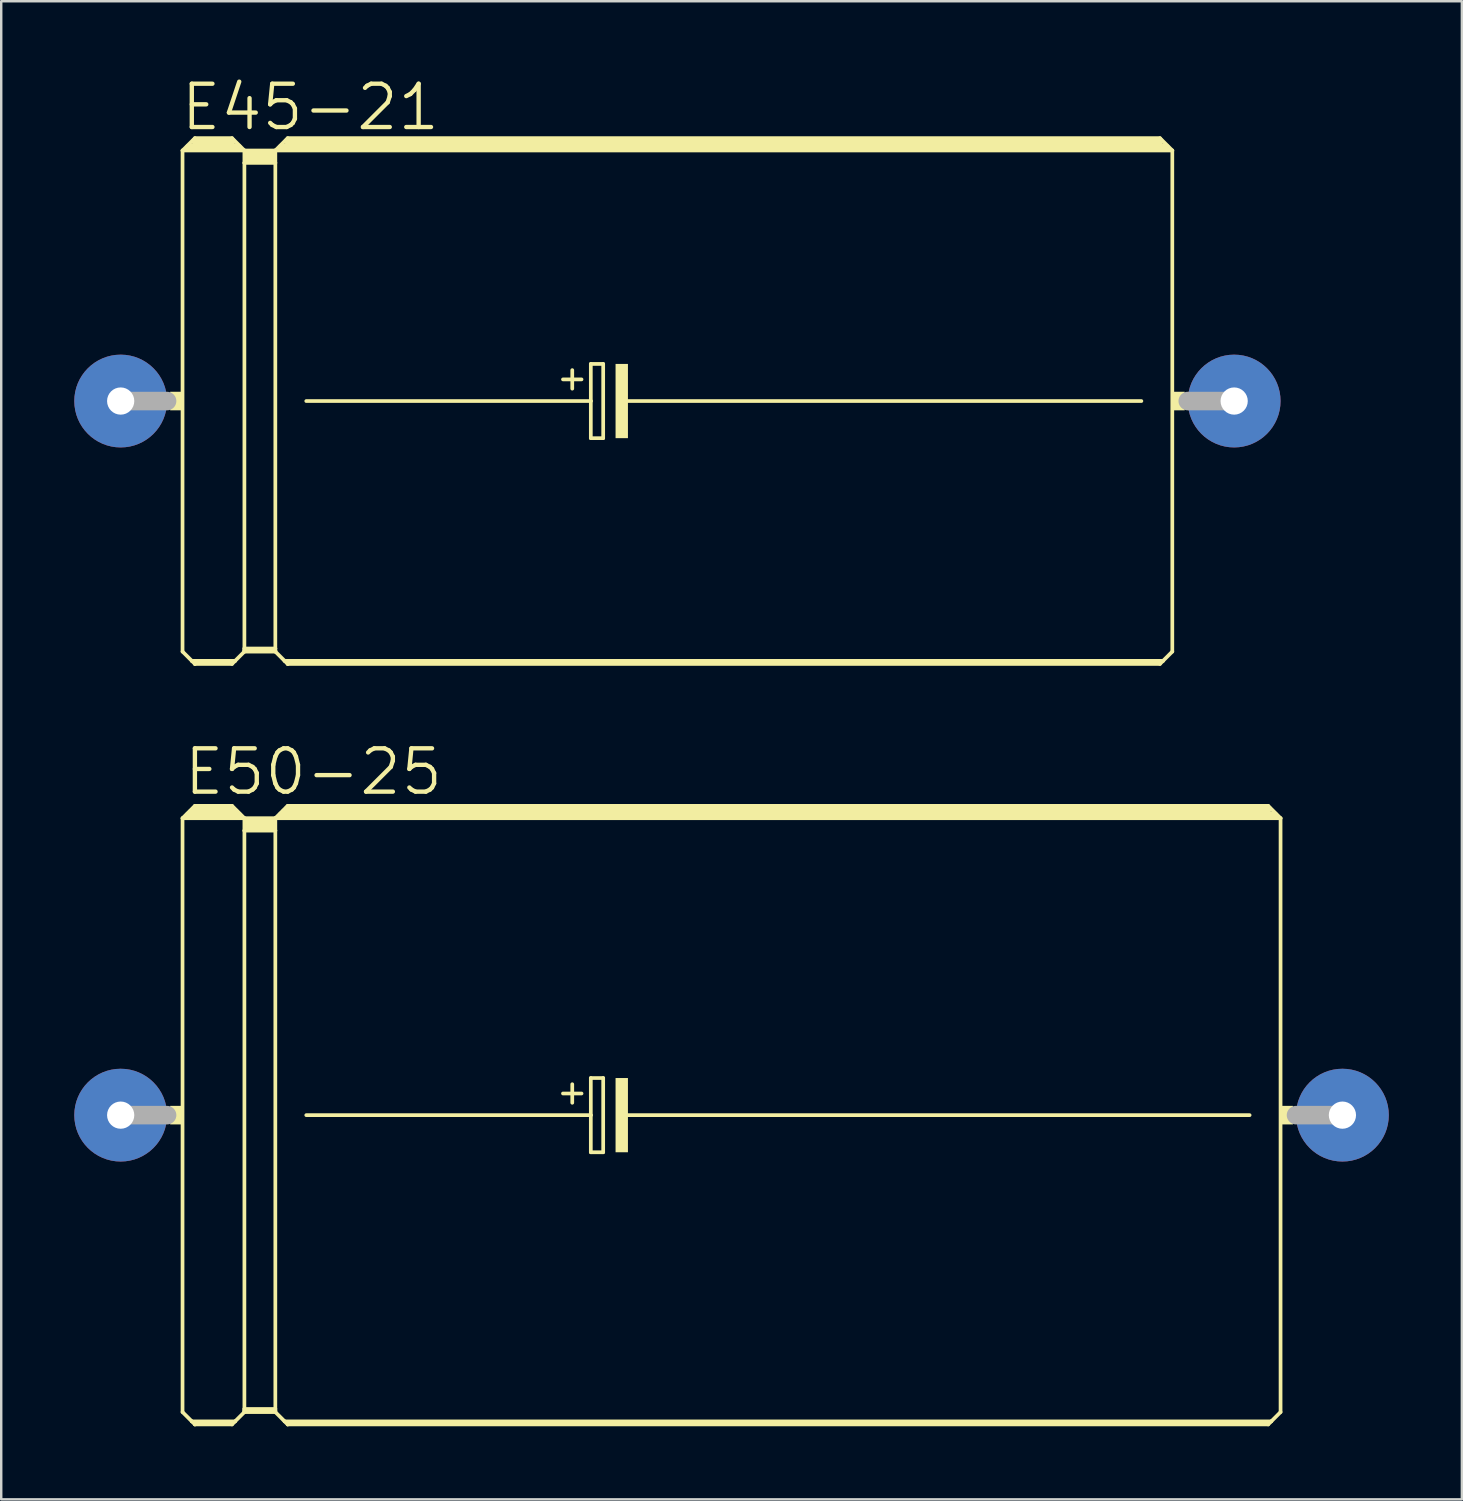
<source format=kicad_pcb>
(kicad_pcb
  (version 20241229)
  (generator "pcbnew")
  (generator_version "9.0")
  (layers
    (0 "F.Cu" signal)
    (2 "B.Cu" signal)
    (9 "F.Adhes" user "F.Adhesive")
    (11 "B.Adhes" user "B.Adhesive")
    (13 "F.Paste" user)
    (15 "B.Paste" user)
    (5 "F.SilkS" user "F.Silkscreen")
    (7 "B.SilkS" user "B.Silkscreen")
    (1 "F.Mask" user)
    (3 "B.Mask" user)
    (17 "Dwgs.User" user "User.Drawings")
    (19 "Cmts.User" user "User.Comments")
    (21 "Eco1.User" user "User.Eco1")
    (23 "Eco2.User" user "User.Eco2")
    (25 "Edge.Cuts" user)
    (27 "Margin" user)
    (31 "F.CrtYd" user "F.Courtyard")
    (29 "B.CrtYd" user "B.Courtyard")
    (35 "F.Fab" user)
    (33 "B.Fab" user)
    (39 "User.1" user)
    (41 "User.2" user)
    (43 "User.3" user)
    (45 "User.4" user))
  (footprint "E50-25"
    (layer "F.Cu")
    (at 27.305 42.738)
    (property "Reference" "E50-25" (at -17.484 -14.097 0) (layer "F.SilkS") (effects (font (size 1.778 1.778) (thickness 0.178))))
    (attr through_hole)
    (fp_line (start -22.86 -12.192) (end -22.86 12.192) (stroke (width 0.152) (type solid)) (layer "F.SilkS"))
    (fp_line (start -22.86 -12.192) (end -22.352 -12.7) (stroke (width 0.152) (type solid)) (layer "F.SilkS"))
    (fp_line (start -22.86 -12.192) (end -20.32 -12.192) (stroke (width 0.152) (type solid)) (layer "F.SilkS"))
    (fp_line (start -22.86 12.192) (end -22.479 12.573) (stroke (width 0.152) (type solid)) (layer "F.SilkS"))
    (fp_line (start -22.606 -12.319) (end -22.479 -12.319) (stroke (width 0.305) (type solid)) (layer "F.SilkS"))
    (fp_line (start -22.479 -12.319) (end -22.479 -12.446) (stroke (width 0.305) (type solid)) (layer "F.SilkS"))
    (fp_line (start -22.479 -12.319) (end -20.701 -12.319) (stroke (width 0.305) (type solid)) (layer "F.SilkS"))
    (fp_line (start -22.479 12.573) (end -22.352 12.7) (stroke (width 0.152) (type solid)) (layer "F.SilkS"))
    (fp_line (start -22.479 12.573) (end -20.701 12.573) (stroke (width 0.152) (type solid)) (layer "F.SilkS"))
    (fp_line (start -22.352 -12.7) (end -20.828 -12.7) (stroke (width 0.152) (type solid)) (layer "F.SilkS"))
    (fp_line (start -22.352 -12.573) (end -20.828 -12.573) (stroke (width 0.305) (type solid)) (layer "F.SilkS"))
    (fp_line (start -22.352 12.649) (end -20.828 12.649) (stroke (width 0.152) (type solid)) (layer "F.SilkS"))
    (fp_line (start -22.352 12.7) (end -22.352 12.649) (stroke (width 0.152) (type solid)) (layer "F.SilkS"))
    (fp_line (start -22.352 12.7) (end -20.828 12.7) (stroke (width 0.152) (type solid)) (layer "F.SilkS"))
    (fp_line (start -20.701 -12.319) (end -20.701 -12.446) (stroke (width 0.305) (type solid)) (layer "F.SilkS"))
    (fp_line (start -20.701 -12.319) (end -20.574 -12.319) (stroke (width 0.305) (type solid)) (layer "F.SilkS"))
    (fp_line (start -20.701 12.573) (end -20.828 12.7) (stroke (width 0.152) (type solid)) (layer "F.SilkS"))
    (fp_line (start -20.32 -12.192) (end -20.828 -12.7) (stroke (width 0.152) (type solid)) (layer "F.SilkS"))
    (fp_line (start -20.32 -12.192) (end -20.32 -11.684) (stroke (width 0.152) (type solid)) (layer "F.SilkS"))
    (fp_line (start -20.32 -12.192) (end -19.05 -12.192) (stroke (width 0.152) (type solid)) (layer "F.SilkS"))
    (fp_line (start -20.32 -11.684) (end -20.32 12.065) (stroke (width 0.152) (type solid)) (layer "F.SilkS"))
    (fp_line (start -20.32 -11.684) (end -19.05 -11.684) (stroke (width 0.152) (type solid)) (layer "F.SilkS"))
    (fp_line (start -20.32 12.065) (end -20.32 12.141) (stroke (width 0.152) (type solid)) (layer "F.SilkS"))
    (fp_line (start -20.32 12.065) (end -19.05 12.065) (stroke (width 0.152) (type solid)) (layer "F.SilkS"))
    (fp_line (start -20.32 12.141) (end -20.32 12.192) (stroke (width 0.152) (type solid)) (layer "F.SilkS"))
    (fp_line (start -20.32 12.141) (end -19.05 12.141) (stroke (width 0.152) (type solid)) (layer "F.SilkS"))
    (fp_line (start -20.32 12.192) (end -20.701 12.573) (stroke (width 0.152) (type solid)) (layer "F.SilkS"))
    (fp_line (start -20.32 12.192) (end -19.05 12.192) (stroke (width 0.152) (type solid)) (layer "F.SilkS"))
    (fp_line (start -20.193 -12.065) (end -19.177 -12.065) (stroke (width 0.305) (type solid)) (layer "F.SilkS"))
    (fp_line (start -20.193 -11.811) (end -19.177 -11.811) (stroke (width 0.305) (type solid)) (layer "F.SilkS"))
    (fp_line (start -19.05 -12.192) (end -19.05 -11.684) (stroke (width 0.152) (type solid)) (layer "F.SilkS"))
    (fp_line (start -19.05 -12.192) (end 22.225 -12.192) (stroke (width 0.152) (type solid)) (layer "F.SilkS"))
    (fp_line (start -19.05 -11.684) (end -19.05 12.065) (stroke (width 0.152) (type solid)) (layer "F.SilkS"))
    (fp_line (start -19.05 12.065) (end -19.05 12.141) (stroke (width 0.152) (type solid)) (layer "F.SilkS"))
    (fp_line (start -19.05 12.141) (end -19.05 12.192) (stroke (width 0.152) (type solid)) (layer "F.SilkS"))
    (fp_line (start -19.05 12.192) (end -18.669 12.573) (stroke (width 0.152) (type solid)) (layer "F.SilkS"))
    (fp_line (start -18.796 -12.319) (end -18.669 -12.319) (stroke (width 0.305) (type solid)) (layer "F.SilkS"))
    (fp_line (start -18.669 -12.319) (end -18.669 -12.446) (stroke (width 0.305) (type solid)) (layer "F.SilkS"))
    (fp_line (start -18.669 -12.319) (end 21.971 -12.319) (stroke (width 0.305) (type solid)) (layer "F.SilkS"))
    (fp_line (start -18.669 12.573) (end -18.542 12.7) (stroke (width 0.152) (type solid)) (layer "F.SilkS"))
    (fp_line (start -18.669 12.573) (end 21.844 12.573) (stroke (width 0.152) (type solid)) (layer "F.SilkS"))
    (fp_line (start -18.542 -12.7) (end -19.05 -12.192) (stroke (width 0.152) (type solid)) (layer "F.SilkS"))
    (fp_line (start -18.542 -12.7) (end 21.717 -12.7) (stroke (width 0.152) (type solid)) (layer "F.SilkS"))
    (fp_line (start -18.542 -12.573) (end 21.717 -12.573) (stroke (width 0.305) (type solid)) (layer "F.SilkS"))
    (fp_line (start -18.542 12.649) (end 21.717 12.649) (stroke (width 0.152) (type solid)) (layer "F.SilkS"))
    (fp_line (start -18.542 12.7) (end -18.542 12.649) (stroke (width 0.152) (type solid)) (layer "F.SilkS"))
    (fp_line (start -17.78 0) (end -6.096 0) (stroke (width 0.152) (type solid)) (layer "F.SilkS"))
    (fp_line (start -7.239 -0.889) (end -6.477 -0.889) (stroke (width 0.152) (type solid)) (layer "F.SilkS"))
    (fp_line (start -6.858 -1.27) (end -6.858 -0.508) (stroke (width 0.152) (type solid)) (layer "F.SilkS"))
    (fp_line (start -6.096 -1.524) (end -6.096 0) (stroke (width 0.152) (type solid)) (layer "F.SilkS"))
    (fp_line (start -6.096 0) (end -6.096 1.524) (stroke (width 0.152) (type solid)) (layer "F.SilkS"))
    (fp_line (start -6.096 1.524) (end -5.588 1.524) (stroke (width 0.152) (type solid)) (layer "F.SilkS"))
    (fp_line (start -5.588 -1.524) (end -6.096 -1.524) (stroke (width 0.152) (type solid)) (layer "F.SilkS"))
    (fp_line (start -5.588 1.524) (end -5.588 -1.524) (stroke (width 0.152) (type solid)) (layer "F.SilkS"))
    (fp_line (start -4.699 0) (end 20.955 0) (stroke (width 0.152) (type solid)) (layer "F.SilkS"))
    (fp_line (start 21.717 -12.7) (end 22.225 -12.192) (stroke (width 0.152) (type solid)) (layer "F.SilkS"))
    (fp_line (start 21.717 12.7) (end -18.542 12.7) (stroke (width 0.152) (type solid)) (layer "F.SilkS"))
    (fp_line (start 21.844 12.573) (end 21.717 12.7) (stroke (width 0.152) (type solid)) (layer "F.SilkS"))
    (fp_line (start 22.225 -12.192) (end 22.225 12.192) (stroke (width 0.152) (type solid)) (layer "F.SilkS"))
    (fp_line (start 22.225 12.192) (end 21.844 12.573) (stroke (width 0.152) (type solid)) (layer "F.SilkS"))
    (fp_poly (pts (xy -23.368 -0.381) (xy -22.86 -0.381) (xy -22.86 0.381) (xy -23.368 0.381)) (stroke (width 0) (type solid)) (fill yes) (layer "F.SilkS"))
    (fp_poly (pts (xy -5.08 -1.524) (xy -4.572 -1.524) (xy -4.572 1.524) (xy -5.08 1.524)) (stroke (width 0) (type solid)) (fill yes) (layer "F.SilkS"))
    (fp_poly (pts (xy 22.225 -0.381) (xy 22.733 -0.381) (xy 22.733 0.381) (xy 22.225 0.381)) (stroke (width 0) (type solid)) (fill yes) (layer "F.SilkS"))
    (fp_line (start -25.4 0) (end -23.495 0) (stroke (width 0.762) (type solid)) (layer "F.Fab"))
    (fp_line (start 24.765 0) (end 22.86 0) (stroke (width 0.762) (type solid)) (layer "F.Fab"))
    (pad "+" thru_hole circle (at -25.4 0) (size 3.81 3.81) (drill 1.118) (layers "*.Cu" "*.Mask"))
    (pad "-" thru_hole circle (at 24.765 0) (size 3.81 3.81) (drill 1.118) (layers "*.Cu" "*.Mask")))
  (footprint "E45-21"
    (layer "F.Cu")
    (at 24.765 13.417)
    (property "Reference" "E45-21" (at -15.071 -12.065 0) (layer "F.SilkS") (effects (font (size 1.778 1.778) (thickness 0.178))))
    (attr through_hole)
    (fp_line (start -20.32 -10.287) (end -20.32 10.287) (stroke (width 0.152) (type solid)) (layer "F.SilkS"))
    (fp_line (start -20.32 -10.287) (end -19.812 -10.795) (stroke (width 0.152) (type solid)) (layer "F.SilkS"))
    (fp_line (start -20.32 -10.287) (end -17.78 -10.287) (stroke (width 0.152) (type solid)) (layer "F.SilkS"))
    (fp_line (start -20.32 10.287) (end -19.939 10.668) (stroke (width 0.152) (type solid)) (layer "F.SilkS"))
    (fp_line (start -20.066 -10.414) (end -18.034 -10.414) (stroke (width 0.305) (type solid)) (layer "F.SilkS"))
    (fp_line (start -19.939 10.668) (end -19.812 10.795) (stroke (width 0.152) (type solid)) (layer "F.SilkS"))
    (fp_line (start -19.939 10.668) (end -18.161 10.668) (stroke (width 0.152) (type solid)) (layer "F.SilkS"))
    (fp_line (start -19.812 -10.795) (end -18.288 -10.795) (stroke (width 0.152) (type solid)) (layer "F.SilkS"))
    (fp_line (start -19.812 -10.668) (end -18.288 -10.668) (stroke (width 0.305) (type solid)) (layer "F.SilkS"))
    (fp_line (start -19.812 10.744) (end -18.288 10.744) (stroke (width 0.152) (type solid)) (layer "F.SilkS"))
    (fp_line (start -19.812 10.795) (end -19.812 10.744) (stroke (width 0.152) (type solid)) (layer "F.SilkS"))
    (fp_line (start -19.812 10.795) (end -18.288 10.795) (stroke (width 0.152) (type solid)) (layer "F.SilkS"))
    (fp_line (start -18.288 -10.795) (end -17.78 -10.287) (stroke (width 0.152) (type solid)) (layer "F.SilkS"))
    (fp_line (start -18.288 10.795) (end -18.161 10.668) (stroke (width 0.152) (type solid)) (layer "F.SilkS"))
    (fp_line (start -18.161 10.668) (end -17.78 10.287) (stroke (width 0.152) (type solid)) (layer "F.SilkS"))
    (fp_line (start -17.78 -10.287) (end -16.51 -10.287) (stroke (width 0.152) (type solid)) (layer "F.SilkS"))
    (fp_line (start -17.78 -9.779) (end -17.78 -10.287) (stroke (width 0.152) (type solid)) (layer "F.SilkS"))
    (fp_line (start -17.78 -9.779) (end -16.51 -9.779) (stroke (width 0.152) (type solid)) (layer "F.SilkS"))
    (fp_line (start -17.78 10.16) (end -17.78 -9.779) (stroke (width 0.152) (type solid)) (layer "F.SilkS"))
    (fp_line (start -17.78 10.16) (end -16.51 10.16) (stroke (width 0.152) (type solid)) (layer "F.SilkS"))
    (fp_line (start -17.78 10.236) (end -17.78 10.16) (stroke (width 0.152) (type solid)) (layer "F.SilkS"))
    (fp_line (start -17.78 10.236) (end -16.51 10.236) (stroke (width 0.152) (type solid)) (layer "F.SilkS"))
    (fp_line (start -17.78 10.287) (end -17.78 10.236) (stroke (width 0.152) (type solid)) (layer "F.SilkS"))
    (fp_line (start -17.78 10.287) (end -16.51 10.287) (stroke (width 0.152) (type solid)) (layer "F.SilkS"))
    (fp_line (start -17.653 -10.16) (end -16.637 -10.16) (stroke (width 0.305) (type solid)) (layer "F.SilkS"))
    (fp_line (start -17.653 -9.906) (end -16.637 -9.906) (stroke (width 0.305) (type solid)) (layer "F.SilkS"))
    (fp_line (start -16.51 -10.287) (end -16.002 -10.795) (stroke (width 0.152) (type solid)) (layer "F.SilkS"))
    (fp_line (start -16.51 -10.287) (end 20.32 -10.287) (stroke (width 0.152) (type solid)) (layer "F.SilkS"))
    (fp_line (start -16.51 -9.779) (end -16.51 -10.287) (stroke (width 0.152) (type solid)) (layer "F.SilkS"))
    (fp_line (start -16.51 10.16) (end -16.51 -9.779) (stroke (width 0.152) (type solid)) (layer "F.SilkS"))
    (fp_line (start -16.51 10.236) (end -16.51 10.16) (stroke (width 0.152) (type solid)) (layer "F.SilkS"))
    (fp_line (start -16.51 10.287) (end -16.51 10.236) (stroke (width 0.152) (type solid)) (layer "F.SilkS"))
    (fp_line (start -16.51 10.287) (end -16.129 10.668) (stroke (width 0.152) (type solid)) (layer "F.SilkS"))
    (fp_line (start -16.256 -10.414) (end 20.066 -10.414) (stroke (width 0.305) (type solid)) (layer "F.SilkS"))
    (fp_line (start -16.129 10.668) (end -16.002 10.795) (stroke (width 0.152) (type solid)) (layer "F.SilkS"))
    (fp_line (start -16.129 10.668) (end 19.939 10.668) (stroke (width 0.152) (type solid)) (layer "F.SilkS"))
    (fp_line (start -16.002 -10.795) (end 19.812 -10.795) (stroke (width 0.152) (type solid)) (layer "F.SilkS"))
    (fp_line (start -16.002 -10.668) (end 19.812 -10.668) (stroke (width 0.305) (type solid)) (layer "F.SilkS"))
    (fp_line (start -16.002 10.744) (end 19.812 10.744) (stroke (width 0.152) (type solid)) (layer "F.SilkS"))
    (fp_line (start -16.002 10.795) (end -16.002 10.744) (stroke (width 0.152) (type solid)) (layer "F.SilkS"))
    (fp_line (start -16.002 10.795) (end 19.812 10.795) (stroke (width 0.152) (type solid)) (layer "F.SilkS"))
    (fp_line (start -15.24 0) (end -3.556 0) (stroke (width 0.152) (type solid)) (layer "F.SilkS"))
    (fp_line (start -4.699 -0.889) (end -3.937 -0.889) (stroke (width 0.152) (type solid)) (layer "F.SilkS"))
    (fp_line (start -4.318 -1.27) (end -4.318 -0.508) (stroke (width 0.152) (type solid)) (layer "F.SilkS"))
    (fp_line (start -3.556 -1.524) (end -3.556 0) (stroke (width 0.152) (type solid)) (layer "F.SilkS"))
    (fp_line (start -3.556 0) (end -3.556 1.524) (stroke (width 0.152) (type solid)) (layer "F.SilkS"))
    (fp_line (start -3.556 1.524) (end -3.048 1.524) (stroke (width 0.152) (type solid)) (layer "F.SilkS"))
    (fp_line (start -3.048 -1.524) (end -3.556 -1.524) (stroke (width 0.152) (type solid)) (layer "F.SilkS"))
    (fp_line (start -3.048 1.524) (end -3.048 -1.524) (stroke (width 0.152) (type solid)) (layer "F.SilkS"))
    (fp_line (start -2.159 0) (end 19.05 0) (stroke (width 0.152) (type solid)) (layer "F.SilkS"))
    (fp_line (start 19.812 -10.795) (end 20.32 -10.287) (stroke (width 0.152) (type solid)) (layer "F.SilkS"))
    (fp_line (start 19.812 10.795) (end 19.939 10.668) (stroke (width 0.152) (type solid)) (layer "F.SilkS"))
    (fp_line (start 19.939 10.668) (end 20.32 10.287) (stroke (width 0.152) (type solid)) (layer "F.SilkS"))
    (fp_line (start 20.32 -10.287) (end 20.32 10.287) (stroke (width 0.152) (type solid)) (layer "F.SilkS"))
    (fp_poly (pts (xy -20.828 -0.381) (xy -20.32 -0.381) (xy -20.32 0.381) (xy -20.828 0.381)) (stroke (width 0) (type solid)) (fill yes) (layer "F.SilkS"))
    (fp_poly (pts (xy -2.54 -1.524) (xy -2.032 -1.524) (xy -2.032 1.524) (xy -2.54 1.524)) (stroke (width 0) (type solid)) (fill yes) (layer "F.SilkS"))
    (fp_poly (pts (xy 20.32 -0.381) (xy 20.828 -0.381) (xy 20.828 0.381) (xy 20.32 0.381)) (stroke (width 0) (type solid)) (fill yes) (layer "F.SilkS"))
    (fp_line (start -22.86 0) (end -20.955 0) (stroke (width 0.762) (type solid)) (layer "F.Fab"))
    (fp_line (start 22.86 0) (end 20.955 0) (stroke (width 0.762) (type solid)) (layer "F.Fab"))
    (pad "+" thru_hole circle (at -22.86 0) (size 3.81 3.81) (drill 1.118) (layers "*.Cu" "*.Mask"))
    (pad "-" thru_hole circle (at 22.86 0) (size 3.81 3.81) (drill 1.118) (layers "*.Cu" "*.Mask")))
  (gr_rect
    (start -3 -3)
    (end 56.975 58.514)
    (stroke (width 0.1) (type default))
    (fill no)
    (layer "Edge.Cuts")))
</source>
